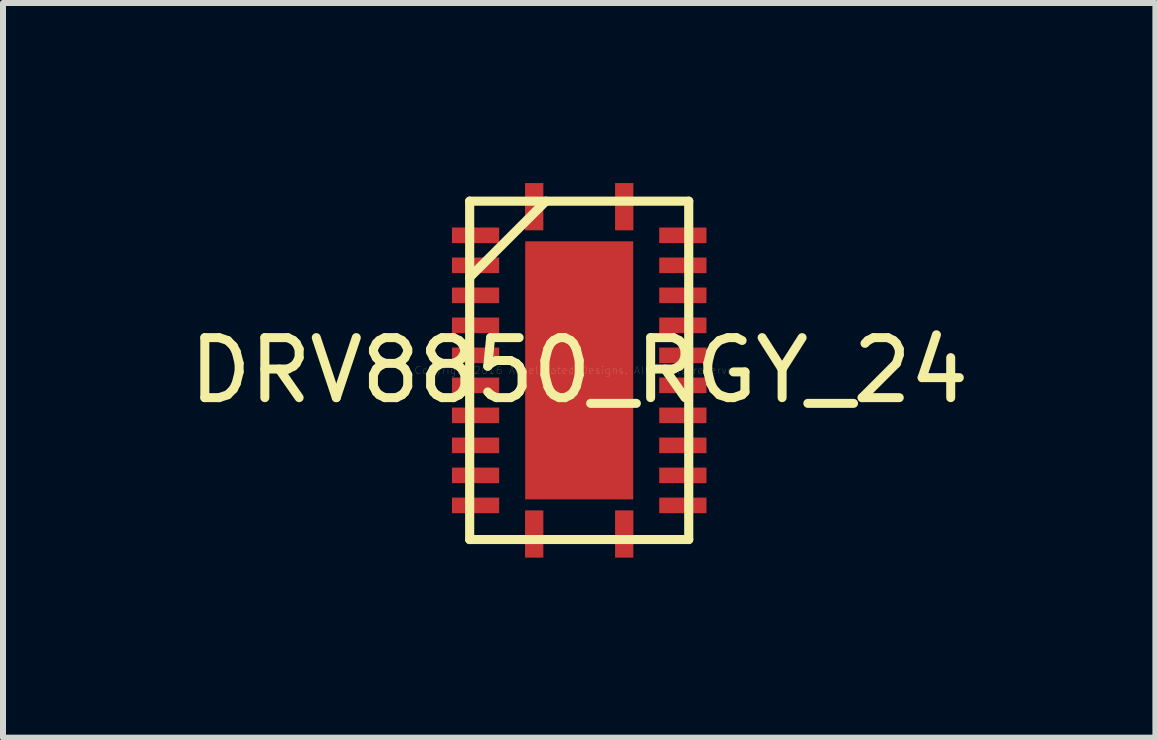
<source format=kicad_pcb>
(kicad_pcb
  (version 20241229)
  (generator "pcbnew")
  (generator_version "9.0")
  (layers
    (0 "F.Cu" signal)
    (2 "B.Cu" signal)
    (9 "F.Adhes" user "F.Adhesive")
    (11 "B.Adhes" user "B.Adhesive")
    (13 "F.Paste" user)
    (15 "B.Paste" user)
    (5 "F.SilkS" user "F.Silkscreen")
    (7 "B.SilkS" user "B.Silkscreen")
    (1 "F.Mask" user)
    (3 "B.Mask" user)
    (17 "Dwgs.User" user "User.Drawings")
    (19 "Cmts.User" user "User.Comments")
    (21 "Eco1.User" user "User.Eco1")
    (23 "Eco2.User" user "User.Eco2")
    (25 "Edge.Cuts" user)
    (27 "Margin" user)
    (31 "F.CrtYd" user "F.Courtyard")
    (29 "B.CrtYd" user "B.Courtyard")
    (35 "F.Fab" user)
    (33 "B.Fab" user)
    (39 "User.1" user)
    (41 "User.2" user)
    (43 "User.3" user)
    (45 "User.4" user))
  (footprint "DRV8850_RGY_24"
    (layer "F.Cu")
    (at 6.601 3.121)
    (property "Reference" "DRV8850_RGY_24" (at 0 0 0) (layer "F.SilkS") (effects (font (size 1 1) (thickness 0.15))))
    (attr through_hole)
    (fp_line (start -1.825 -2.819) (end -1.825 2.819) (stroke (width 0.152) (type solid)) (layer "F.SilkS"))
    (fp_line (start -1.825 -1.549) (end -0.555 -2.819) (stroke (width 0.152) (type solid)) (layer "F.SilkS"))
    (fp_line (start -1.825 2.819) (end 1.825 2.819) (stroke (width 0.152) (type solid)) (layer "F.SilkS"))
    (fp_line (start 1.825 -2.819) (end -1.825 -2.819) (stroke (width 0.152) (type solid)) (layer "F.SilkS"))
    (fp_line (start 1.825 2.819) (end 1.825 -2.819) (stroke (width 0.152) (type solid)) (layer "F.SilkS"))
    (fp_text user "Copyright 2016 Accelerated Designs. All rights reserved." (at 0 0 0) (layer "F.SilkS") (effects (font (size 0.127 0.127) (thickness 0.002))))
    (pad "1" smd rect (at -0.75 -2.727) (size 0.305 0.787) (layers "F.Cu" "F.Mask" "F.Paste"))
    (pad "1" smd rect (at 0 0) (size 1.8 4.3) (layers "F.Cu" "F.Mask" "F.Paste"))
    (pad "2" smd rect (at -1.727 -2.25 90) (size 0.26 0.787) (layers "F.Cu" "F.Mask" "F.Paste"))
    (pad "3" smd rect (at -1.727 -1.75 90) (size 0.26 0.787) (layers "F.Cu" "F.Mask" "F.Paste"))
    (pad "4" smd rect (at -1.727 -1.25 90) (size 0.26 0.787) (layers "F.Cu" "F.Mask" "F.Paste"))
    (pad "5" smd rect (at -1.727 -0.75 90) (size 0.26 0.787) (layers "F.Cu" "F.Mask" "F.Paste"))
    (pad "6" smd rect (at -1.727 -0.25 90) (size 0.26 0.787) (layers "F.Cu" "F.Mask" "F.Paste"))
    (pad "7" smd rect (at -1.727 0.25 90) (size 0.26 0.787) (layers "F.Cu" "F.Mask" "F.Paste"))
    (pad "8" smd rect (at -1.727 0.75 90) (size 0.26 0.787) (layers "F.Cu" "F.Mask" "F.Paste"))
    (pad "9" smd rect (at -1.727 1.25 90) (size 0.26 0.787) (layers "F.Cu" "F.Mask" "F.Paste"))
    (pad "10" smd rect (at -1.727 1.75 90) (size 0.26 0.787) (layers "F.Cu" "F.Mask" "F.Paste"))
    (pad "11" smd rect (at -1.727 2.25 90) (size 0.26 0.787) (layers "F.Cu" "F.Mask" "F.Paste"))
    (pad "12" smd rect (at -0.75 2.727) (size 0.305 0.787) (layers "F.Cu" "F.Mask" "F.Paste"))
    (pad "13" smd rect (at 0.75 2.727) (size 0.305 0.787) (layers "F.Cu" "F.Mask" "F.Paste"))
    (pad "14" smd rect (at 1.727 2.25 90) (size 0.26 0.787) (layers "F.Cu" "F.Mask" "F.Paste"))
    (pad "15" smd rect (at 1.727 1.75 90) (size 0.26 0.787) (layers "F.Cu" "F.Mask" "F.Paste"))
    (pad "16" smd rect (at 1.727 1.25 90) (size 0.26 0.787) (layers "F.Cu" "F.Mask" "F.Paste"))
    (pad "17" smd rect (at 1.727 0.75 90) (size 0.26 0.787) (layers "F.Cu" "F.Mask" "F.Paste"))
    (pad "18" smd rect (at 1.727 0.25 90) (size 0.26 0.787) (layers "F.Cu" "F.Mask" "F.Paste"))
    (pad "19" smd rect (at 1.727 -0.25 90) (size 0.26 0.787) (layers "F.Cu" "F.Mask" "F.Paste"))
    (pad "20" smd rect (at 1.727 -0.75 90) (size 0.26 0.787) (layers "F.Cu" "F.Mask" "F.Paste"))
    (pad "21" smd rect (at 1.727 -1.25 90) (size 0.26 0.787) (layers "F.Cu" "F.Mask" "F.Paste"))
    (pad "22" smd rect (at 1.727 -1.75 90) (size 0.26 0.787) (layers "F.Cu" "F.Mask" "F.Paste"))
    (pad "23" smd rect (at 1.727 -2.25 90) (size 0.26 0.787) (layers "F.Cu" "F.Mask" "F.Paste"))
    (pad "24" smd rect (at 0.75 -2.727) (size 0.305 0.787) (layers "F.Cu" "F.Mask" "F.Paste")))
  (gr_rect
    (start -3 -3)
    (end 16.202 9.242)
    (stroke (width 0.1) (type default))
    (fill no)
    (layer "Edge.Cuts")))
</source>
